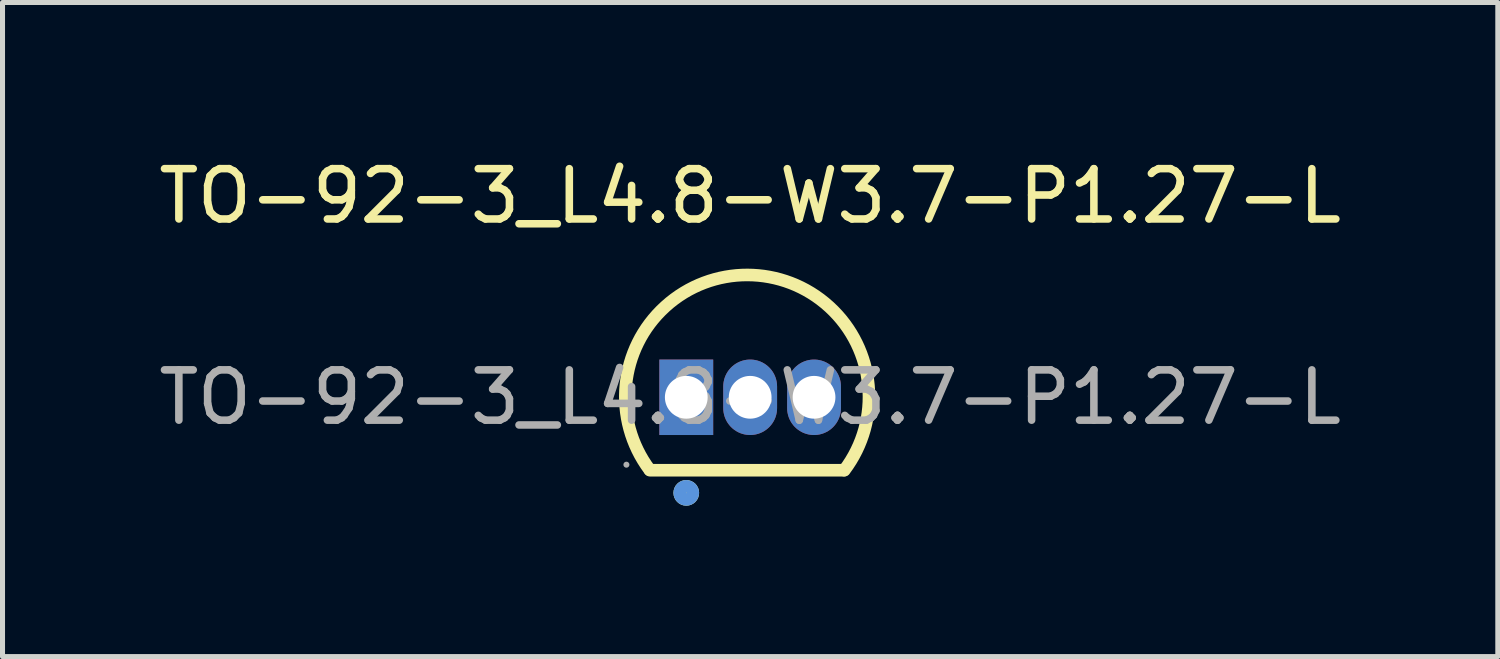
<source format=kicad_pcb>
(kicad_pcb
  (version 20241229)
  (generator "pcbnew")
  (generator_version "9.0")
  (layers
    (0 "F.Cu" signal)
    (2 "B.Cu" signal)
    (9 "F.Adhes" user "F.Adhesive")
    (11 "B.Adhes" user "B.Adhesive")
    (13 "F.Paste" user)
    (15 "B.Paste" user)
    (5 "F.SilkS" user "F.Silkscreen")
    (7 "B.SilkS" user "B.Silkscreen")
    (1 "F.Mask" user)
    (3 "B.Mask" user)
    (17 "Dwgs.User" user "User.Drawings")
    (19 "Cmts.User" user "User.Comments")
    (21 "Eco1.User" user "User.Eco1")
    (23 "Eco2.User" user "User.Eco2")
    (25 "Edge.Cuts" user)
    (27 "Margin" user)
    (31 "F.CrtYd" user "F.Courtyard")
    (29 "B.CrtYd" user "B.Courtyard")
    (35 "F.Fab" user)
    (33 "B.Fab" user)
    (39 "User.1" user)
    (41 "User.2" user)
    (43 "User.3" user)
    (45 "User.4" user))
  (footprint "TO-92-3_L4.8-W3.7-P1.27-L"
    (layer "F.Cu")
    (at 11.863 4.848)
    (property "Reference" "TO-92-3_L4.8-W3.7-P1.27-L" (at 0 -4 0) (layer "F.SilkS") (effects (font (size 1 1) (thickness 0.15))))
    (attr smd)
    (fp_line (start -1.99 1.45) (end 1.86 1.45) (stroke (width 0.25) (type solid)) (layer "F.SilkS"))
    (fp_arc (start -2 1.44) (mid -0.054304 -2.431997) (end 1.873159 1.449108) (stroke (width 0.25) (type solid)) (layer "F.SilkS"))
    (fp_circle (center -1.27 1.9) (end -1.14 1.9) (stroke (width 0.25) (type solid)) (fill no) (layer "F.SilkS"))
    (fp_circle (center -1.27 1.9) (end -1.14 1.9) (stroke (width 0.25) (type solid)) (fill no) (layer "Cmts.User"))
    (fp_circle (center -2.46 1.34) (end -2.43 1.34) (stroke (width 0.06) (type solid)) (fill no) (layer "F.Fab"))
    (fp_text user "${REFERENCE}" (at 0 0 0) (layer "F.Fab") (effects (font (size 1 1) (thickness 0.15))))
    (pad "1" thru_hole rect (at -1.27 0) (size 1.07 1.5) (drill 0.85) (layers "*.Cu" "*.Mask"))
    (pad "2" thru_hole oval (at 0 0) (size 1.07 1.5) (drill 0.85) (layers "*.Cu" "*.Mask"))
    (pad "3" thru_hole oval (at 1.27 0) (size 1.07 1.5) (drill 0.85) (layers "*.Cu" "*.Mask")))
  (gr_rect
    (start -3 -3)
    (end 26.726 10.003)
    (stroke (width 0.1) (type default))
    (fill no)
    (layer "Edge.Cuts")))
</source>
